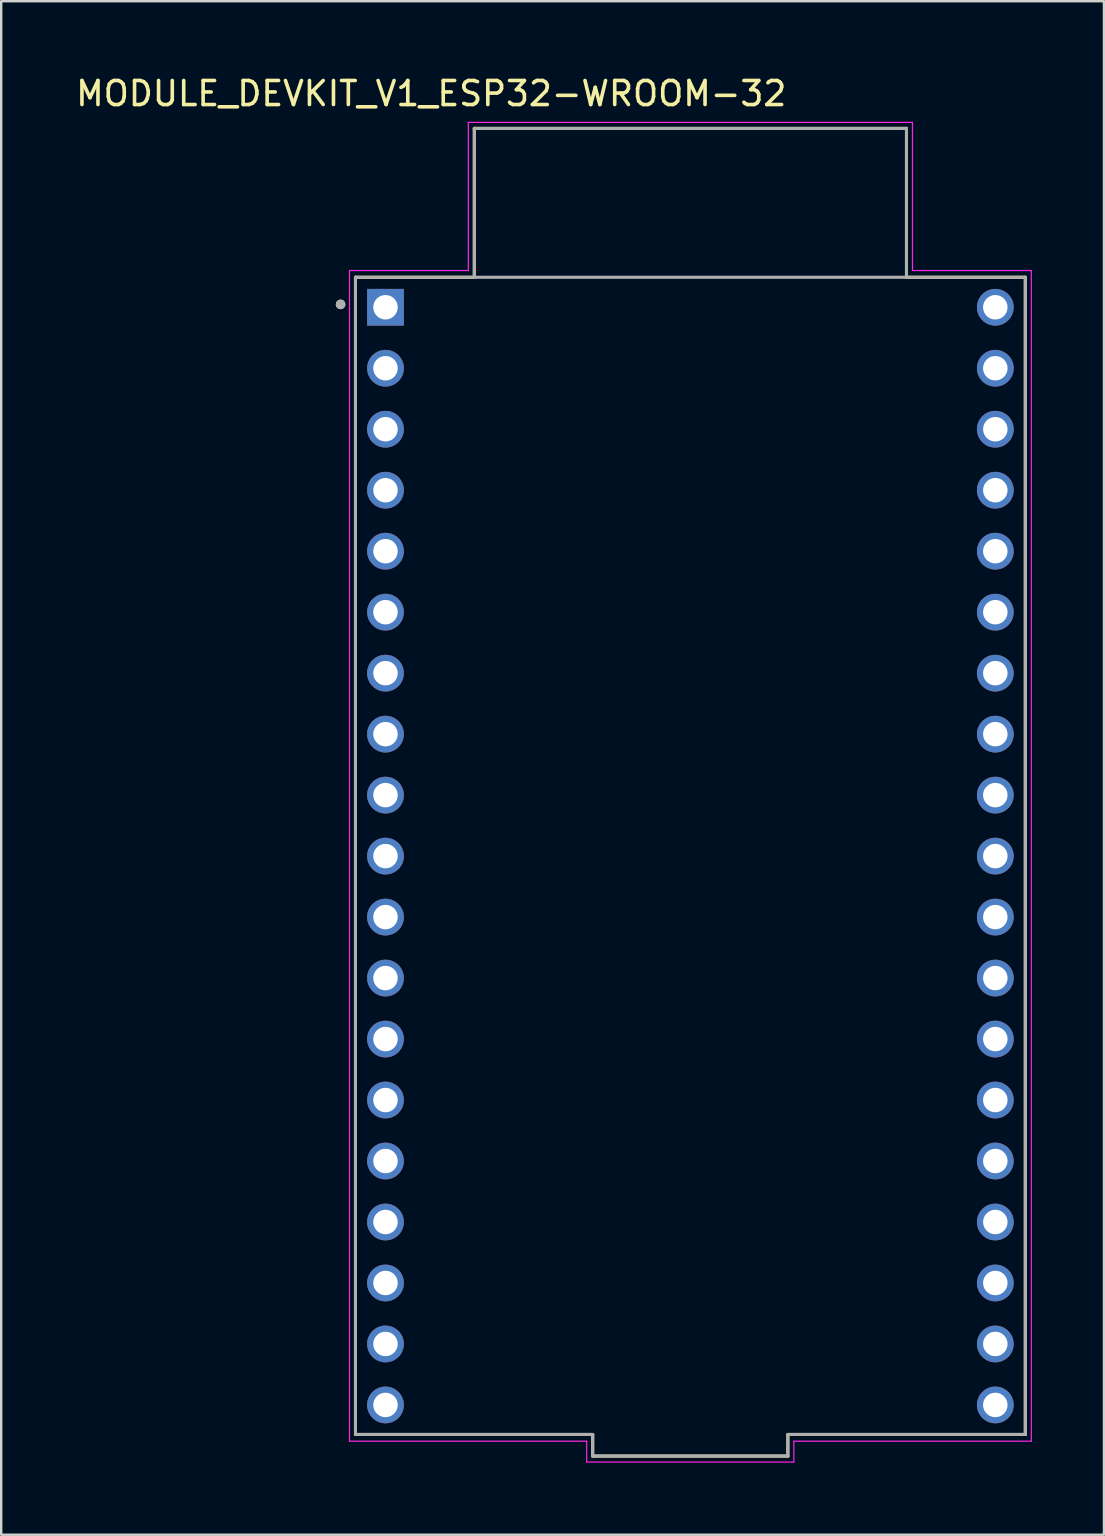
<source format=kicad_pcb>
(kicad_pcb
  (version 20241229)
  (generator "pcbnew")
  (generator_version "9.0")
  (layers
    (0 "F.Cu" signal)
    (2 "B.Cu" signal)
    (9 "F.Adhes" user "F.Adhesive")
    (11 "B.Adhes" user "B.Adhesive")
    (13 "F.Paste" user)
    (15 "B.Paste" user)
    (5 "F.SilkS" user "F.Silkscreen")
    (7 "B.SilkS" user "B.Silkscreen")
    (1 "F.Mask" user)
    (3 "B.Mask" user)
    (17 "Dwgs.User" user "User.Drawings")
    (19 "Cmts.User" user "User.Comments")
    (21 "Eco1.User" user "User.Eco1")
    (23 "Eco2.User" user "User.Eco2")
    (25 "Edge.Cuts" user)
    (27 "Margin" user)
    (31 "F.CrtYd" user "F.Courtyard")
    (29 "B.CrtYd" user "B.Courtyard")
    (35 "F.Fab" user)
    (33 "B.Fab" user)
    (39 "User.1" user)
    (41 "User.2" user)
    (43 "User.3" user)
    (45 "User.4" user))
  (footprint "MODULE_DEVKIT_V1_ESP32-WROOM-32"
    (layer "F.Cu")
    (at 25.706 32.598)
    (property "Reference" "MODULE_DEVKIT_V1_ESP32-WROOM-32" (at -10.795 -31.75 0) (layer "F.SilkS") (effects (font (size 1 1) (thickness 0.15))))
    (attr through_hole)
    (fp_line (start -13.95 -24.1) (end -13.95 24.1) (stroke (width 0.127) (type solid)) (layer "F.SilkS"))
    (fp_line (start -13.95 24.1) (end -4.07 24.1) (stroke (width 0.127) (type solid)) (layer "F.SilkS"))
    (fp_line (start -9 -30.3) (end 9 -30.3) (stroke (width 0.127) (type solid)) (layer "F.SilkS"))
    (fp_line (start -9 -24.1) (end -13.95 -24.1) (stroke (width 0.127) (type solid)) (layer "F.SilkS"))
    (fp_line (start -9 -24.1) (end -9 -30.3) (stroke (width 0.127) (type solid)) (layer "F.SilkS"))
    (fp_line (start -4.07 24.1) (end -4.07 25) (stroke (width 0.127) (type solid)) (layer "F.SilkS"))
    (fp_line (start -4.07 25) (end 4.06 25) (stroke (width 0.127) (type solid)) (layer "F.SilkS"))
    (fp_line (start 4.06 24.1) (end 13.95 24.1) (stroke (width 0.127) (type solid)) (layer "F.SilkS"))
    (fp_line (start 4.06 25) (end 4.06 24.1) (stroke (width 0.127) (type solid)) (layer "F.SilkS"))
    (fp_line (start 9 -30.3) (end 9 -24.1) (stroke (width 0.127) (type solid)) (layer "F.SilkS"))
    (fp_line (start 13.95 -24.1) (end 9 -24.1) (stroke (width 0.127) (type solid)) (layer "F.SilkS"))
    (fp_line (start 13.95 24.1) (end 13.95 -24.1) (stroke (width 0.127) (type solid)) (layer "F.SilkS"))
    (fp_circle (center -14.57 -22.97) (end -14.47 -22.97) (stroke (width 0.2) (type solid)) (fill no) (layer "F.SilkS"))
    (fp_line (start -14.2 -24.38) (end -14.2 24.38) (stroke (width 0.05) (type solid)) (layer "F.CrtYd"))
    (fp_line (start -14.2 24.38) (end -4.32 24.38) (stroke (width 0.05) (type solid)) (layer "F.CrtYd"))
    (fp_line (start -9.25 -30.55) (end 9.25 -30.55) (stroke (width 0.05) (type solid)) (layer "F.CrtYd"))
    (fp_line (start -9.25 -24.38) (end -14.2 -24.38) (stroke (width 0.05) (type solid)) (layer "F.CrtYd"))
    (fp_line (start -9.25 -24.38) (end -9.25 -30.55) (stroke (width 0.05) (type solid)) (layer "F.CrtYd"))
    (fp_line (start -4.32 24.38) (end -4.32 25.25) (stroke (width 0.05) (type solid)) (layer "F.CrtYd"))
    (fp_line (start -4.32 25.25) (end 4.31 25.25) (stroke (width 0.05) (type solid)) (layer "F.CrtYd"))
    (fp_line (start 4.31 24.38) (end 14.2 24.38) (stroke (width 0.05) (type solid)) (layer "F.CrtYd"))
    (fp_line (start 4.31 25.25) (end 4.31 24.38) (stroke (width 0.05) (type solid)) (layer "F.CrtYd"))
    (fp_line (start 9.25 -30.55) (end 9.25 -24.38) (stroke (width 0.05) (type solid)) (layer "F.CrtYd"))
    (fp_line (start 14.2 -24.38) (end 9.25 -24.38) (stroke (width 0.05) (type solid)) (layer "F.CrtYd"))
    (fp_line (start 14.2 24.38) (end 14.2 -24.38) (stroke (width 0.05) (type solid)) (layer "F.CrtYd"))
    (fp_line (start -13.95 -24.1) (end -13.95 24.1) (stroke (width 0.127) (type solid)) (layer "F.Fab"))
    (fp_line (start -13.95 24.1) (end -4.07 24.1) (stroke (width 0.127) (type solid)) (layer "F.Fab"))
    (fp_line (start -9 -30.3) (end 9 -30.3) (stroke (width 0.127) (type solid)) (layer "F.Fab"))
    (fp_line (start -9 -24.1) (end -13.95 -24.1) (stroke (width 0.127) (type solid)) (layer "F.Fab"))
    (fp_line (start -9 -24.1) (end -9 -30.3) (stroke (width 0.127) (type solid)) (layer "F.Fab"))
    (fp_line (start -4.07 24.1) (end -4.07 25) (stroke (width 0.127) (type solid)) (layer "F.Fab"))
    (fp_line (start -4.07 25) (end 4.06 25) (stroke (width 0.127) (type solid)) (layer "F.Fab"))
    (fp_line (start 4.06 24.1) (end 13.95 24.1) (stroke (width 0.127) (type solid)) (layer "F.Fab"))
    (fp_line (start 4.06 25) (end 4.06 24.1) (stroke (width 0.127) (type solid)) (layer "F.Fab"))
    (fp_line (start 9 -30.3) (end 9 -24.1) (stroke (width 0.127) (type solid)) (layer "F.Fab"))
    (fp_line (start 9 -24.1) (end -9 -24.1) (stroke (width 0.127) (type solid)) (layer "F.Fab"))
    (fp_line (start 13.95 -24.1) (end 9 -24.1) (stroke (width 0.127) (type solid)) (layer "F.Fab"))
    (fp_line (start 13.95 24.1) (end 13.95 -24.1) (stroke (width 0.127) (type solid)) (layer "F.Fab"))
    (fp_circle (center -14.57 -22.97) (end -14.47 -22.97) (stroke (width 0.2) (type solid)) (fill no) (layer "F.Fab"))
    (pad "1" thru_hole rect (at -12.7 -22.85) (size 1.53 1.53) (drill 1.02) (layers "*.Cu" "*.Mask"))
    (pad "2" thru_hole circle (at -12.7 -20.31) (size 1.53 1.53) (drill 1.02) (layers "*.Cu" "*.Mask"))
    (pad "3" thru_hole circle (at -12.7 -17.77) (size 1.53 1.53) (drill 1.02) (layers "*.Cu" "*.Mask"))
    (pad "4" thru_hole circle (at -12.7 -15.23) (size 1.53 1.53) (drill 1.02) (layers "*.Cu" "*.Mask"))
    (pad "5" thru_hole circle (at -12.7 -12.69) (size 1.53 1.53) (drill 1.02) (layers "*.Cu" "*.Mask"))
    (pad "6" thru_hole circle (at -12.7 -10.15) (size 1.53 1.53) (drill 1.02) (layers "*.Cu" "*.Mask"))
    (pad "7" thru_hole circle (at -12.7 -7.61) (size 1.53 1.53) (drill 1.02) (layers "*.Cu" "*.Mask"))
    (pad "8" thru_hole circle (at -12.7 -5.07) (size 1.53 1.53) (drill 1.02) (layers "*.Cu" "*.Mask"))
    (pad "9" thru_hole circle (at -12.7 -2.53) (size 1.53 1.53) (drill 1.02) (layers "*.Cu" "*.Mask"))
    (pad "10" thru_hole circle (at -12.7 0.01) (size 1.53 1.53) (drill 1.02) (layers "*.Cu" "*.Mask"))
    (pad "11" thru_hole circle (at -12.7 2.55) (size 1.53 1.53) (drill 1.02) (layers "*.Cu" "*.Mask"))
    (pad "12" thru_hole circle (at -12.7 5.09) (size 1.53 1.53) (drill 1.02) (layers "*.Cu" "*.Mask"))
    (pad "13" thru_hole circle (at -12.7 7.63) (size 1.53 1.53) (drill 1.02) (layers "*.Cu" "*.Mask"))
    (pad "14" thru_hole circle (at -12.7 10.17) (size 1.53 1.53) (drill 1.02) (layers "*.Cu" "*.Mask"))
    (pad "15" thru_hole circle (at -12.7 12.71) (size 1.53 1.53) (drill 1.02) (layers "*.Cu" "*.Mask"))
    (pad "16" thru_hole circle (at -12.7 15.25) (size 1.53 1.53) (drill 1.02) (layers "*.Cu" "*.Mask"))
    (pad "17" thru_hole circle (at -12.7 17.79) (size 1.53 1.53) (drill 1.02) (layers "*.Cu" "*.Mask"))
    (pad "18" thru_hole circle (at -12.7 20.33) (size 1.53 1.53) (drill 1.02) (layers "*.Cu" "*.Mask"))
    (pad "19" thru_hole circle (at -12.7 22.87) (size 1.53 1.53) (drill 1.02) (layers "*.Cu" "*.Mask"))
    (pad "20" thru_hole circle (at 12.7 22.87) (size 1.53 1.53) (drill 1.02) (layers "*.Cu" "*.Mask"))
    (pad "21" thru_hole circle (at 12.7 20.33) (size 1.53 1.53) (drill 1.02) (layers "*.Cu" "*.Mask"))
    (pad "22" thru_hole circle (at 12.7 17.79) (size 1.53 1.53) (drill 1.02) (layers "*.Cu" "*.Mask"))
    (pad "23" thru_hole circle (at 12.7 15.25) (size 1.53 1.53) (drill 1.02) (layers "*.Cu" "*.Mask"))
    (pad "24" thru_hole circle (at 12.7 12.71) (size 1.53 1.53) (drill 1.02) (layers "*.Cu" "*.Mask"))
    (pad "25" thru_hole circle (at 12.7 10.17) (size 1.53 1.53) (drill 1.02) (layers "*.Cu" "*.Mask"))
    (pad "26" thru_hole circle (at 12.7 7.63) (size 1.53 1.53) (drill 1.02) (layers "*.Cu" "*.Mask"))
    (pad "27" thru_hole circle (at 12.7 5.09) (size 1.53 1.53) (drill 1.02) (layers "*.Cu" "*.Mask"))
    (pad "28" thru_hole circle (at 12.7 2.55) (size 1.53 1.53) (drill 1.02) (layers "*.Cu" "*.Mask"))
    (pad "29" thru_hole circle (at 12.7 0.01) (size 1.53 1.53) (drill 1.02) (layers "*.Cu" "*.Mask"))
    (pad "30" thru_hole circle (at 12.7 -2.53) (size 1.53 1.53) (drill 1.02) (layers "*.Cu" "*.Mask"))
    (pad "31" thru_hole circle (at 12.7 -5.07) (size 1.53 1.53) (drill 1.02) (layers "*.Cu" "*.Mask"))
    (pad "32" thru_hole circle (at 12.7 -7.61) (size 1.53 1.53) (drill 1.02) (layers "*.Cu" "*.Mask"))
    (pad "33" thru_hole circle (at 12.7 -10.15) (size 1.53 1.53) (drill 1.02) (layers "*.Cu" "*.Mask"))
    (pad "34" thru_hole circle (at 12.7 -12.69) (size 1.53 1.53) (drill 1.02) (layers "*.Cu" "*.Mask"))
    (pad "35" thru_hole circle (at 12.7 -15.23) (size 1.53 1.53) (drill 1.02) (layers "*.Cu" "*.Mask"))
    (pad "36" thru_hole circle (at 12.7 -17.77) (size 1.53 1.53) (drill 1.02) (layers "*.Cu" "*.Mask"))
    (pad "37" thru_hole circle (at 12.7 -20.31) (size 1.53 1.53) (drill 1.02) (layers "*.Cu" "*.Mask"))
    (pad "38" thru_hole circle (at 12.7 -22.85) (size 1.53 1.53) (drill 1.02) (layers "*.Cu" "*.Mask")))
  (gr_rect
    (start -3 -3)
    (end 42.931 60.873)
    (stroke (width 0.1) (type default))
    (fill no)
    (layer "Edge.Cuts")))
</source>
